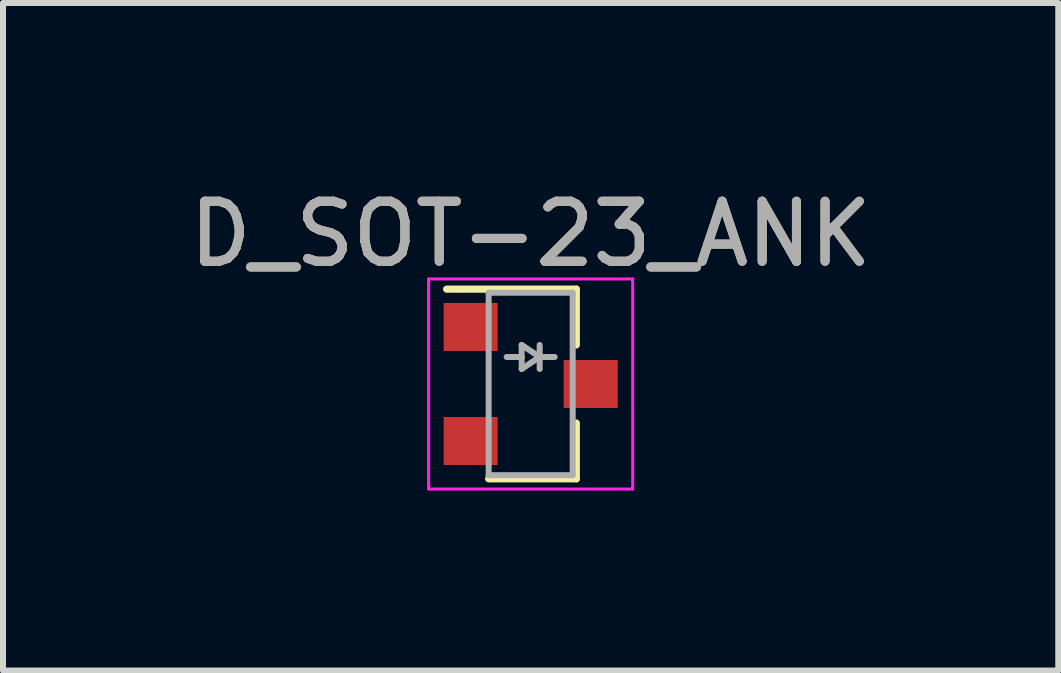
<source format=kicad_pcb>
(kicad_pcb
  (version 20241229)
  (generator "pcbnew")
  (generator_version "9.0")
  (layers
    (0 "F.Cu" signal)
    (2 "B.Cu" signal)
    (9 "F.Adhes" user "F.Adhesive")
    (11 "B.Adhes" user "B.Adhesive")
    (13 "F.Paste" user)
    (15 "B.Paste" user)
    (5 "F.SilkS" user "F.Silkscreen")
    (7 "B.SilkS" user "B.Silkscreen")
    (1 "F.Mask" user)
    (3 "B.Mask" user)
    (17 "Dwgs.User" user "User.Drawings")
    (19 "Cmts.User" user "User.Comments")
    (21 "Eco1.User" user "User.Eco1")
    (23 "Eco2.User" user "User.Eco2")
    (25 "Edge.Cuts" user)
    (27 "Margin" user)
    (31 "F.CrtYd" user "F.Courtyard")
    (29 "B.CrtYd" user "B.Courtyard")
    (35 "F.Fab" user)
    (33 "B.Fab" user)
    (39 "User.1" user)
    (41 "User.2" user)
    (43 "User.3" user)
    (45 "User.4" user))
  (footprint "D_SOT-23_ANK"
    (layer "F.Cu")
    (at 5.792 3.348)
    (property "Reference" "D_SOT-23_ANK" (at 0 -2.5 0) (layer "F.SilkS") (effects (font (size 1 1) (thickness 0.15))))
    (attr smd)
    (fp_line (start 0.76 -1.58) (end -1.4 -1.58) (stroke (width 0.12) (type solid)) (layer "F.SilkS"))
    (fp_line (start 0.76 -1.58) (end 0.76 -0.65) (stroke (width 0.12) (type solid)) (layer "F.SilkS"))
    (fp_line (start 0.76 1.58) (end -0.7 1.58) (stroke (width 0.12) (type solid)) (layer "F.SilkS"))
    (fp_line (start 0.76 1.58) (end 0.76 0.65) (stroke (width 0.12) (type solid)) (layer "F.SilkS"))
    (fp_line (start -1.7 -1.75) (end 1.7 -1.75) (stroke (width 0.05) (type solid)) (layer "F.CrtYd"))
    (fp_line (start -1.7 1.75) (end -1.7 -1.75) (stroke (width 0.05) (type solid)) (layer "F.CrtYd"))
    (fp_line (start 1.7 -1.75) (end 1.7 1.75) (stroke (width 0.05) (type solid)) (layer "F.CrtYd"))
    (fp_line (start 1.7 1.75) (end -1.7 1.75) (stroke (width 0.05) (type solid)) (layer "F.CrtYd"))
    (fp_line (start -0.7 -1.52) (end -0.7 1.52) (stroke (width 0.1) (type solid)) (layer "F.Fab"))
    (fp_line (start -0.7 -1.52) (end 0.7 -1.52) (stroke (width 0.1) (type solid)) (layer "F.Fab"))
    (fp_line (start -0.7 1.52) (end 0.7 1.52) (stroke (width 0.1) (type solid)) (layer "F.Fab"))
    (fp_line (start -0.15 -0.65) (end -0.15 -0.25) (stroke (width 0.1) (type solid)) (layer "F.Fab"))
    (fp_line (start -0.15 -0.45) (end -0.4 -0.45) (stroke (width 0.1) (type solid)) (layer "F.Fab"))
    (fp_line (start -0.15 -0.25) (end 0.15 -0.45) (stroke (width 0.1) (type solid)) (layer "F.Fab"))
    (fp_line (start 0.15 -0.65) (end 0.15 -0.25) (stroke (width 0.1) (type solid)) (layer "F.Fab"))
    (fp_line (start 0.15 -0.45) (end -0.15 -0.65) (stroke (width 0.1) (type solid)) (layer "F.Fab"))
    (fp_line (start 0.15 -0.45) (end 0.4 -0.45) (stroke (width 0.1) (type solid)) (layer "F.Fab"))
    (fp_line (start 0.7 -1.52) (end 0.7 1.52) (stroke (width 0.1) (type solid)) (layer "F.Fab"))
    (fp_text user "${REFERENCE}" (at 0 -2.5 0) (layer "F.Fab") (effects (font (size 1 1) (thickness 0.15))))
    (pad "" smd rect (at -1 0.95) (size 0.9 0.8) (layers "F.Cu" "F.Mask" "F.Paste"))
    (pad "1" smd rect (at -1 -0.95) (size 0.9 0.8) (layers "F.Cu" "F.Mask" "F.Paste"))
    (pad "2" smd rect (at 1 0) (size 0.9 0.8) (layers "F.Cu" "F.Mask" "F.Paste")))
  (gr_rect
    (start -3 -3)
    (end 14.583 8.123)
    (stroke (width 0.1) (type default))
    (fill no)
    (layer "Edge.Cuts")))
</source>
